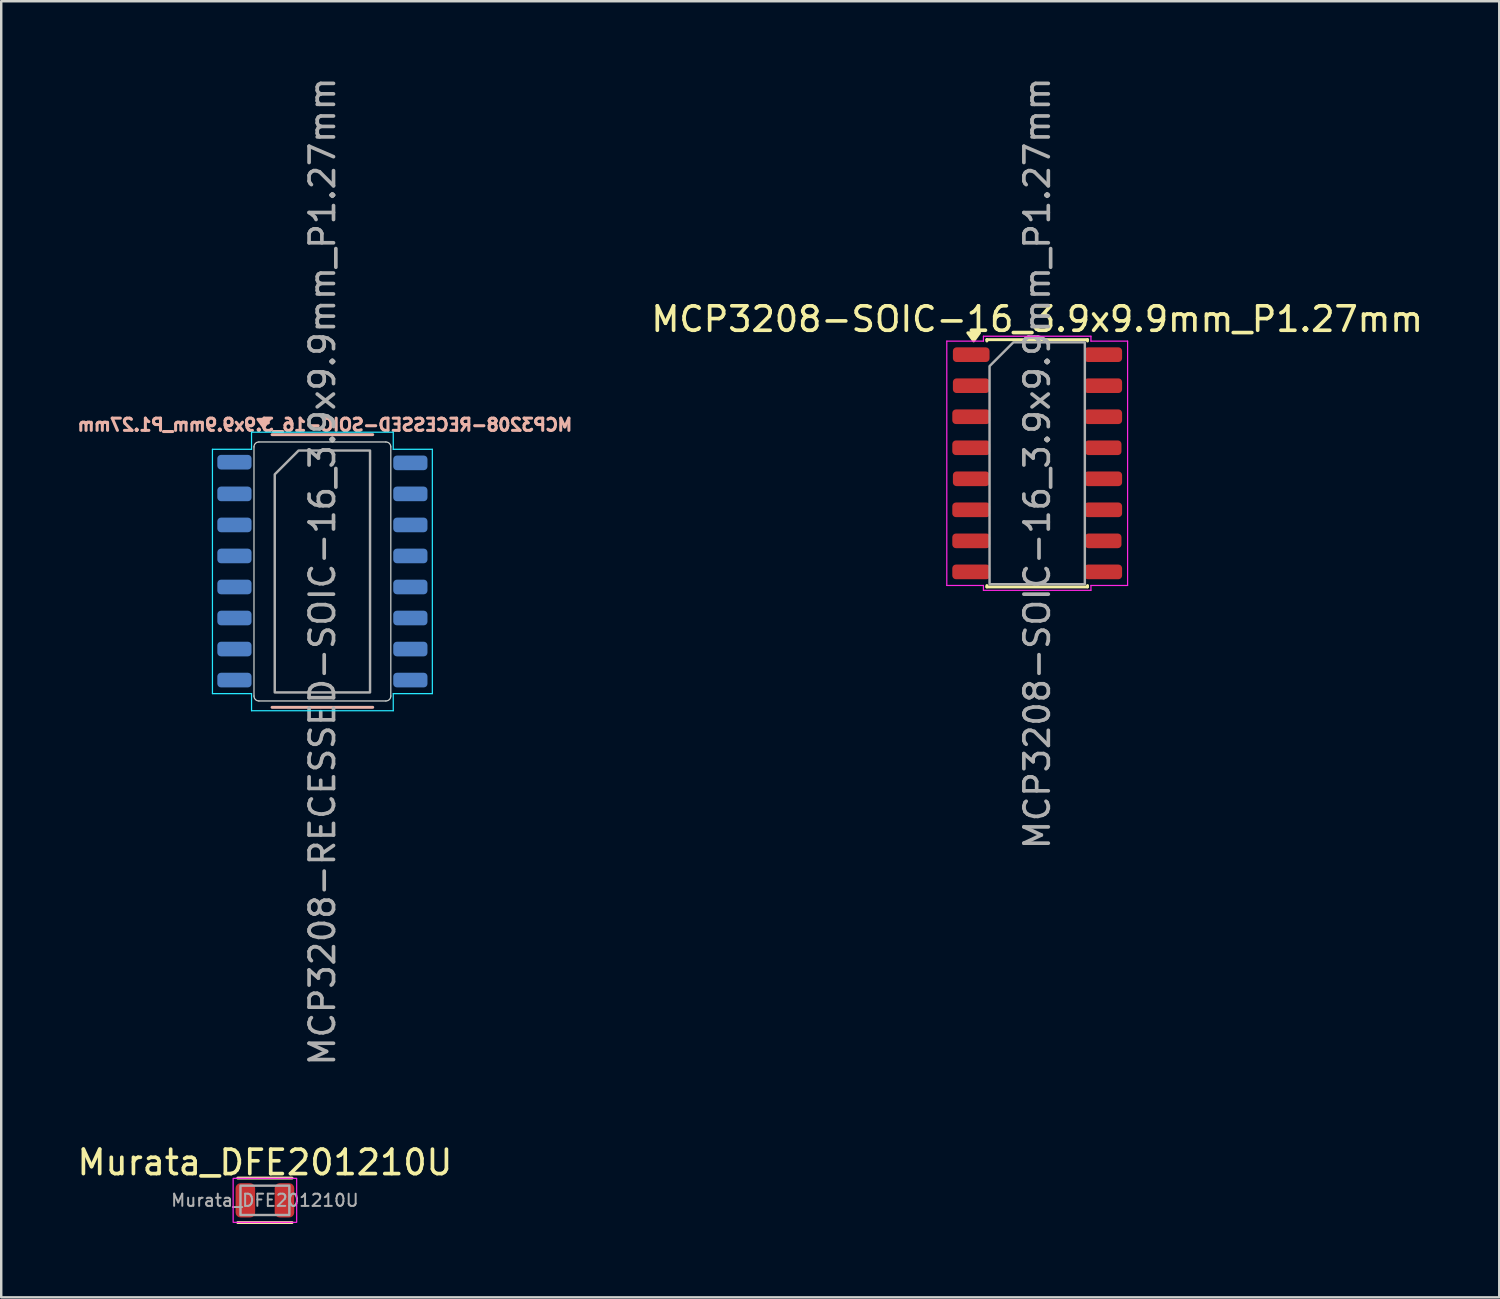
<source format=kicad_pcb>
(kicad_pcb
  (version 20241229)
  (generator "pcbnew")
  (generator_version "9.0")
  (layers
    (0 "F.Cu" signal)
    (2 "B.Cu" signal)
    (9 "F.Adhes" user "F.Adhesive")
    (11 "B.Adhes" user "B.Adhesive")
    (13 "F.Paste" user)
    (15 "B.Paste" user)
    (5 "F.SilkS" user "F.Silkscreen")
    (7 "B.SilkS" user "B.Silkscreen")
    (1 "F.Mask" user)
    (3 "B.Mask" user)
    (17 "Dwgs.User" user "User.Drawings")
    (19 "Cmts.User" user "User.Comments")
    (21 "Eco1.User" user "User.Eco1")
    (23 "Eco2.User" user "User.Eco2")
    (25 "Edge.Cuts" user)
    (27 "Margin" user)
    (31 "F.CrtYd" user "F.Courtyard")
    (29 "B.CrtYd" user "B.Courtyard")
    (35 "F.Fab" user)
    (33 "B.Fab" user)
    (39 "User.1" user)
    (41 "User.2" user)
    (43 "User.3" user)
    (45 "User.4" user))
  (footprint "Murata_DFE201210U"
    (layer "F.Cu")
    (at 7.792 46.077)
    (property "Reference" "Murata_DFE201210U" (at 0 -1.55 0) (layer "F.SilkS") (effects (font (size 1 1) (thickness 0.15))))
    (attr smd)
    (fp_line (start -1.11 -0.91) (end 1.11 -0.91) (stroke (width 0.12) (type solid)) (layer "F.SilkS"))
    (fp_line (start 1.11 0.91) (end -1.11 0.91) (stroke (width 0.12) (type solid)) (layer "F.SilkS"))
    (fp_rect (start -1.3 -0.9) (end 1.3 0.9) (stroke (width 0.05) (type solid)) (fill no) (layer "F.CrtYd"))
    (fp_rect (start -1 -0.6) (end 1 0.6) (stroke (width 0.1) (type solid)) (fill no) (layer "F.Fab"))
    (fp_text user "${REFERENCE}" (at 0 0 0) (layer "F.Fab") (effects (font (size 0.5 0.5) (thickness 0.08))))
    (pad "1" smd roundrect (at -0.8 0) (size 0.8 1.4) (layers "F.Cu" "F.Mask" "F.Paste") (roundrect_rratio 0.25))
    (pad "2" smd roundrect (at 0.8 0) (size 0.8 1.4) (layers "F.Cu" "F.Mask" "F.Paste") (roundrect_rratio 0.25)))
  (footprint "MCP3208-RECESSED-SOIC-16_3.9x9.9mm_P1.27mm"
    (layer "F.Cu")
    (at 10.145 20.339)
    (property "Reference" "MCP3208-RECESSED-SOIC-16_3.9x9.9mm_P1.27mm" (at 0.1 -6 0) (layer "B.SilkS") (effects (font (size 0.5 0.5) (thickness 0.125)) (justify mirror)))
    (attr smd)
    (fp_line (start -2.06 -5.6) (end 2.06 -5.6) (stroke (width 0.12) (type solid)) (layer "B.SilkS"))
    (fp_line (start 2.06 5.56) (end -2.06 5.56) (stroke (width 0.12) (type solid)) (layer "B.SilkS"))
    (fp_poly (pts (xy -2.4 -5.9) (xy -2.64 -6.23) (xy -2.16 -6.23)) (stroke (width 0.12) (type solid)) (fill yes) (layer "B.SilkS"))
    (fp_line (start -2.8 -5.1) (end -2.8 5.1) (stroke (width 0.05) (type solid)) (layer "Edge.Cuts"))
    (fp_line (start -2.6 -5.3) (end 2.6 -5.3) (stroke (width 0.05) (type solid)) (layer "Edge.Cuts"))
    (fp_line (start -2.6 5.3) (end 2.6 5.3) (stroke (width 0.05) (type solid)) (layer "Edge.Cuts"))
    (fp_line (start 2.8 -5.1) (end 2.8 5.1) (stroke (width 0.05) (type solid)) (layer "Edge.Cuts"))
    (fp_arc (start -2.8 -5.1) (mid -2.741421 -5.241421) (end -2.6 -5.3) (stroke (width 0.05) (type default)) (layer "Edge.Cuts"))
    (fp_arc (start -2.6 5.3) (mid -2.741421 5.241421) (end -2.8 5.1) (stroke (width 0.05) (type default)) (layer "Edge.Cuts"))
    (fp_arc (start 2.6 -5.3) (mid 2.741421 -5.241421) (end 2.8 -5.1) (stroke (width 0.05) (type default)) (layer "Edge.Cuts"))
    (fp_arc (start 2.8 5.1) (mid 2.741421 5.241421) (end 2.6 5.3) (stroke (width 0.05) (type default)) (layer "Edge.Cuts"))
    (fp_line (start -4.5 -5) (end -2.9 -5) (stroke (width 0.05) (type solid)) (layer "B.CrtYd"))
    (fp_line (start -4.5 5) (end -4.5 -5) (stroke (width 0.05) (type solid)) (layer "B.CrtYd"))
    (fp_line (start -2.9 -5.7) (end -2.9 -5) (stroke (width 0.05) (type solid)) (layer "B.CrtYd"))
    (fp_line (start -2.9 -5.7) (end 2.9 -5.7) (stroke (width 0.05) (type solid)) (layer "B.CrtYd"))
    (fp_line (start -2.9 5) (end -4.5 5) (stroke (width 0.05) (type solid)) (layer "B.CrtYd"))
    (fp_line (start -2.9 5.7) (end -2.9 5) (stroke (width 0.05) (type solid)) (layer "B.CrtYd"))
    (fp_line (start 2.9 -5.7) (end 2.9 -5) (stroke (width 0.05) (type solid)) (layer "B.CrtYd"))
    (fp_line (start 2.9 -5) (end 4.5 -5) (stroke (width 0.05) (type solid)) (layer "B.CrtYd"))
    (fp_line (start 2.9 5) (end 2.9 5.7) (stroke (width 0.05) (type solid)) (layer "B.CrtYd"))
    (fp_line (start 2.9 5.7) (end -2.9 5.7) (stroke (width 0.05) (type solid)) (layer "B.CrtYd"))
    (fp_line (start 4.5 -5) (end 4.5 5) (stroke (width 0.05) (type solid)) (layer "B.CrtYd"))
    (fp_line (start 4.5 5) (end 2.9 5) (stroke (width 0.05) (type solid)) (layer "B.CrtYd"))
    (fp_poly (pts (xy -1.95 -3.975) (xy -1.95 4.95) (xy 1.95 4.95) (xy 1.95 -4.95) (xy -0.975 -4.95)) (stroke (width 0.1) (type solid)) (fill no) (layer "F.Fab"))
    (fp_text user "${REFERENCE}" (at 0 0 90) (layer "F.Fab") (effects (font (size 1 1) (thickness 0.15))))
    (pad "1" smd roundrect (at -3.6 -4.473) (size 1.4 0.6) (layers "B.Cu" "B.Mask" "B.Paste") (roundrect_rratio 0.25))
    (pad "2" smd roundrect (at -3.6 -3.175) (size 1.4 0.6) (layers "B.Cu" "B.Mask" "B.Paste") (roundrect_rratio 0.25))
    (pad "3" smd roundrect (at -3.6 -1.905) (size 1.4 0.6) (layers "B.Cu" "B.Mask" "B.Paste") (roundrect_rratio 0.25))
    (pad "4" smd roundrect (at -3.6 -0.635) (size 1.4 0.6) (layers "B.Cu" "B.Mask" "B.Paste") (roundrect_rratio 0.25))
    (pad "5" smd roundrect (at -3.6 0.635) (size 1.4 0.6) (layers "B.Cu" "B.Mask" "B.Paste") (roundrect_rratio 0.25))
    (pad "6" smd roundrect (at -3.6 1.905) (size 1.4 0.6) (layers "B.Cu" "B.Mask" "B.Paste") (roundrect_rratio 0.25))
    (pad "7" smd roundrect (at -3.6 3.175) (size 1.4 0.6) (layers "B.Cu" "B.Mask" "B.Paste") (roundrect_rratio 0.25))
    (pad "8" smd roundrect (at -3.6 4.445) (size 1.4 0.6) (layers "B.Cu" "B.Mask" "B.Paste") (roundrect_rratio 0.25))
    (pad "9" smd roundrect (at 3.6 4.445) (size 1.4 0.6) (layers "B.Cu" "B.Mask" "B.Paste") (roundrect_rratio 0.25))
    (pad "10" smd roundrect (at 3.6 3.175) (size 1.4 0.6) (layers "B.Cu" "B.Mask" "B.Paste") (roundrect_rratio 0.25))
    (pad "11" smd roundrect (at 3.6 1.905) (size 1.4 0.6) (layers "B.Cu" "B.Mask" "B.Paste") (roundrect_rratio 0.25))
    (pad "12" smd roundrect (at 3.6 0.635) (size 1.4 0.6) (layers "B.Cu" "B.Mask" "B.Paste") (roundrect_rratio 0.25))
    (pad "13" smd roundrect (at 3.6 -0.635) (size 1.4 0.6) (layers "B.Cu" "B.Mask" "B.Paste") (roundrect_rratio 0.25))
    (pad "14" smd roundrect (at 3.6 -1.905) (size 1.4 0.6) (layers "B.Cu" "B.Mask" "B.Paste") (roundrect_rratio 0.25))
    (pad "15" smd roundrect (at 3.6 -3.175) (size 1.4 0.6) (layers "B.Cu" "B.Mask" "B.Paste") (roundrect_rratio 0.25))
    (pad "16" smd roundrect (at 3.6 -4.445) (size 1.4 0.6) (layers "B.Cu" "B.Mask" "B.Paste") (roundrect_rratio 0.25)))
  (footprint "MCP3208-SOIC-16_3.9x9.9mm_P1.27mm"
    (layer "F.Cu")
    (at 39.4 15.911)
    (property "Reference" "MCP3208-SOIC-16_3.9x9.9mm_P1.27mm" (at 0 -5.9 0) (layer "F.SilkS") (effects (font (size 1 1) (thickness 0.15))))
    (attr smd)
    (fp_line (start -2.06 -5.06) (end 2.06 -5.06) (stroke (width 0.12) (type solid)) (layer "F.SilkS"))
    (fp_line (start -2.06 -5.005) (end -2.06 -5.06) (stroke (width 0.12) (type solid)) (layer "F.SilkS"))
    (fp_line (start -2.06 5.06) (end -2.06 5.005) (stroke (width 0.12) (type solid)) (layer "F.SilkS"))
    (fp_line (start 2.06 -5.06) (end 2.06 -5.005) (stroke (width 0.12) (type solid)) (layer "F.SilkS"))
    (fp_line (start 2.06 5.005) (end 2.06 5.06) (stroke (width 0.12) (type solid)) (layer "F.SilkS"))
    (fp_line (start 2.06 5.06) (end -2.06 5.06) (stroke (width 0.12) (type solid)) (layer "F.SilkS"))
    (fp_poly (pts (xy -2.6 -5.01) (xy -2.84 -5.34) (xy -2.36 -5.34)) (stroke (width 0.12) (type solid)) (fill yes) (layer "F.SilkS"))
    (fp_line (start -3.7 -5) (end -2.2 -5) (stroke (width 0.05) (type solid)) (layer "F.CrtYd"))
    (fp_line (start -3.7 5) (end -3.7 -5) (stroke (width 0.05) (type solid)) (layer "F.CrtYd"))
    (fp_line (start -2.2 -5.2) (end 2.2 -5.2) (stroke (width 0.05) (type solid)) (layer "F.CrtYd"))
    (fp_line (start -2.2 -5) (end -2.2 -5.2) (stroke (width 0.05) (type solid)) (layer "F.CrtYd"))
    (fp_line (start -2.2 5) (end -3.7 5) (stroke (width 0.05) (type solid)) (layer "F.CrtYd"))
    (fp_line (start -2.2 5.2) (end -2.2 5) (stroke (width 0.05) (type solid)) (layer "F.CrtYd"))
    (fp_line (start 2.2 -5.2) (end 2.2 -5) (stroke (width 0.05) (type solid)) (layer "F.CrtYd"))
    (fp_line (start 2.2 -5) (end 3.7 -5) (stroke (width 0.05) (type solid)) (layer "F.CrtYd"))
    (fp_line (start 2.2 5) (end 2.2 5.2) (stroke (width 0.05) (type solid)) (layer "F.CrtYd"))
    (fp_line (start 2.2 5.2) (end -2.2 5.2) (stroke (width 0.05) (type solid)) (layer "F.CrtYd"))
    (fp_line (start 3.7 -5) (end 3.7 5) (stroke (width 0.05) (type solid)) (layer "F.CrtYd"))
    (fp_line (start 3.7 5) (end 2.2 5) (stroke (width 0.05) (type solid)) (layer "F.CrtYd"))
    (fp_poly (pts (xy -1.95 -3.975) (xy -1.95 4.95) (xy 1.95 4.95) (xy 1.95 -4.95) (xy -0.975 -4.95)) (stroke (width 0.1) (type solid)) (fill no) (layer "F.Fab"))
    (fp_text user "${REFERENCE}" (at 0 0 90) (layer "F.Fab") (effects (font (size 1 1) (thickness 0.15))))
    (pad "1" smd roundrect (at -2.7 -4.445) (size 1.5 0.6) (layers "F.Cu" "F.Mask" "F.Paste") (roundrect_rratio 0.25))
    (pad "2" smd roundrect (at -2.7 -3.175) (size 1.5 0.6) (layers "F.Cu" "F.Mask" "F.Paste") (roundrect_rratio 0.25))
    (pad "3" smd roundrect (at -2.7 -1.905) (size 1.55 0.6) (layers "F.Cu" "F.Mask" "F.Paste") (roundrect_rratio 0.25))
    (pad "4" smd roundrect (at -2.7 -0.635) (size 1.55 0.6) (layers "F.Cu" "F.Mask" "F.Paste") (roundrect_rratio 0.25))
    (pad "5" smd roundrect (at -2.7 0.635) (size 1.5 0.6) (layers "F.Cu" "F.Mask" "F.Paste") (roundrect_rratio 0.25))
    (pad "5" smd roundrect (at 2.7 -0.635) (size 1.5 0.6) (layers "F.Cu" "F.Mask" "F.Paste") (roundrect_rratio 0.25))
    (pad "6" smd roundrect (at -2.7 1.905) (size 1.55 0.6) (layers "F.Cu" "F.Mask" "F.Paste") (roundrect_rratio 0.25))
    (pad "7" smd roundrect (at -2.7 3.175) (size 1.55 0.6) (layers "F.Cu" "F.Mask" "F.Paste") (roundrect_rratio 0.25))
    (pad "8" smd roundrect (at -2.7 4.445) (size 1.55 0.6) (layers "F.Cu" "F.Mask" "F.Paste") (roundrect_rratio 0.25))
    (pad "9" smd roundrect (at 2.7 4.445) (size 1.55 0.6) (layers "F.Cu" "F.Mask" "F.Paste") (roundrect_rratio 0.25))
    (pad "10" smd roundrect (at 2.7 3.175) (size 1.5 0.6) (layers "F.Cu" "F.Mask" "F.Paste") (roundrect_rratio 0.25))
    (pad "11" smd roundrect (at 2.7 1.905) (size 1.55 0.6) (layers "F.Cu" "F.Mask" "F.Paste") (roundrect_rratio 0.25))
    (pad "12" smd roundrect (at 2.7 0.635) (size 1.55 0.6) (layers "F.Cu" "F.Mask" "F.Paste") (roundrect_rratio 0.25))
    (pad "14" smd roundrect (at 2.7 -1.905) (size 1.55 0.6) (layers "F.Cu" "F.Mask" "F.Paste") (roundrect_rratio 0.25))
    (pad "15" smd roundrect (at 2.7 -3.175) (size 1.55 0.6) (layers "F.Cu" "F.Mask" "F.Paste") (roundrect_rratio 0.25))
    (pad "16" smd roundrect (at 2.7 -4.445) (size 1.55 0.6) (layers "F.Cu" "F.Mask" "F.Paste") (roundrect_rratio 0.25)))
  (gr_rect
    (start -3 -3)
    (end 58.311 50.047)
    (stroke (width 0.1) (type default))
    (fill no)
    (layer "Edge.Cuts")))
</source>
